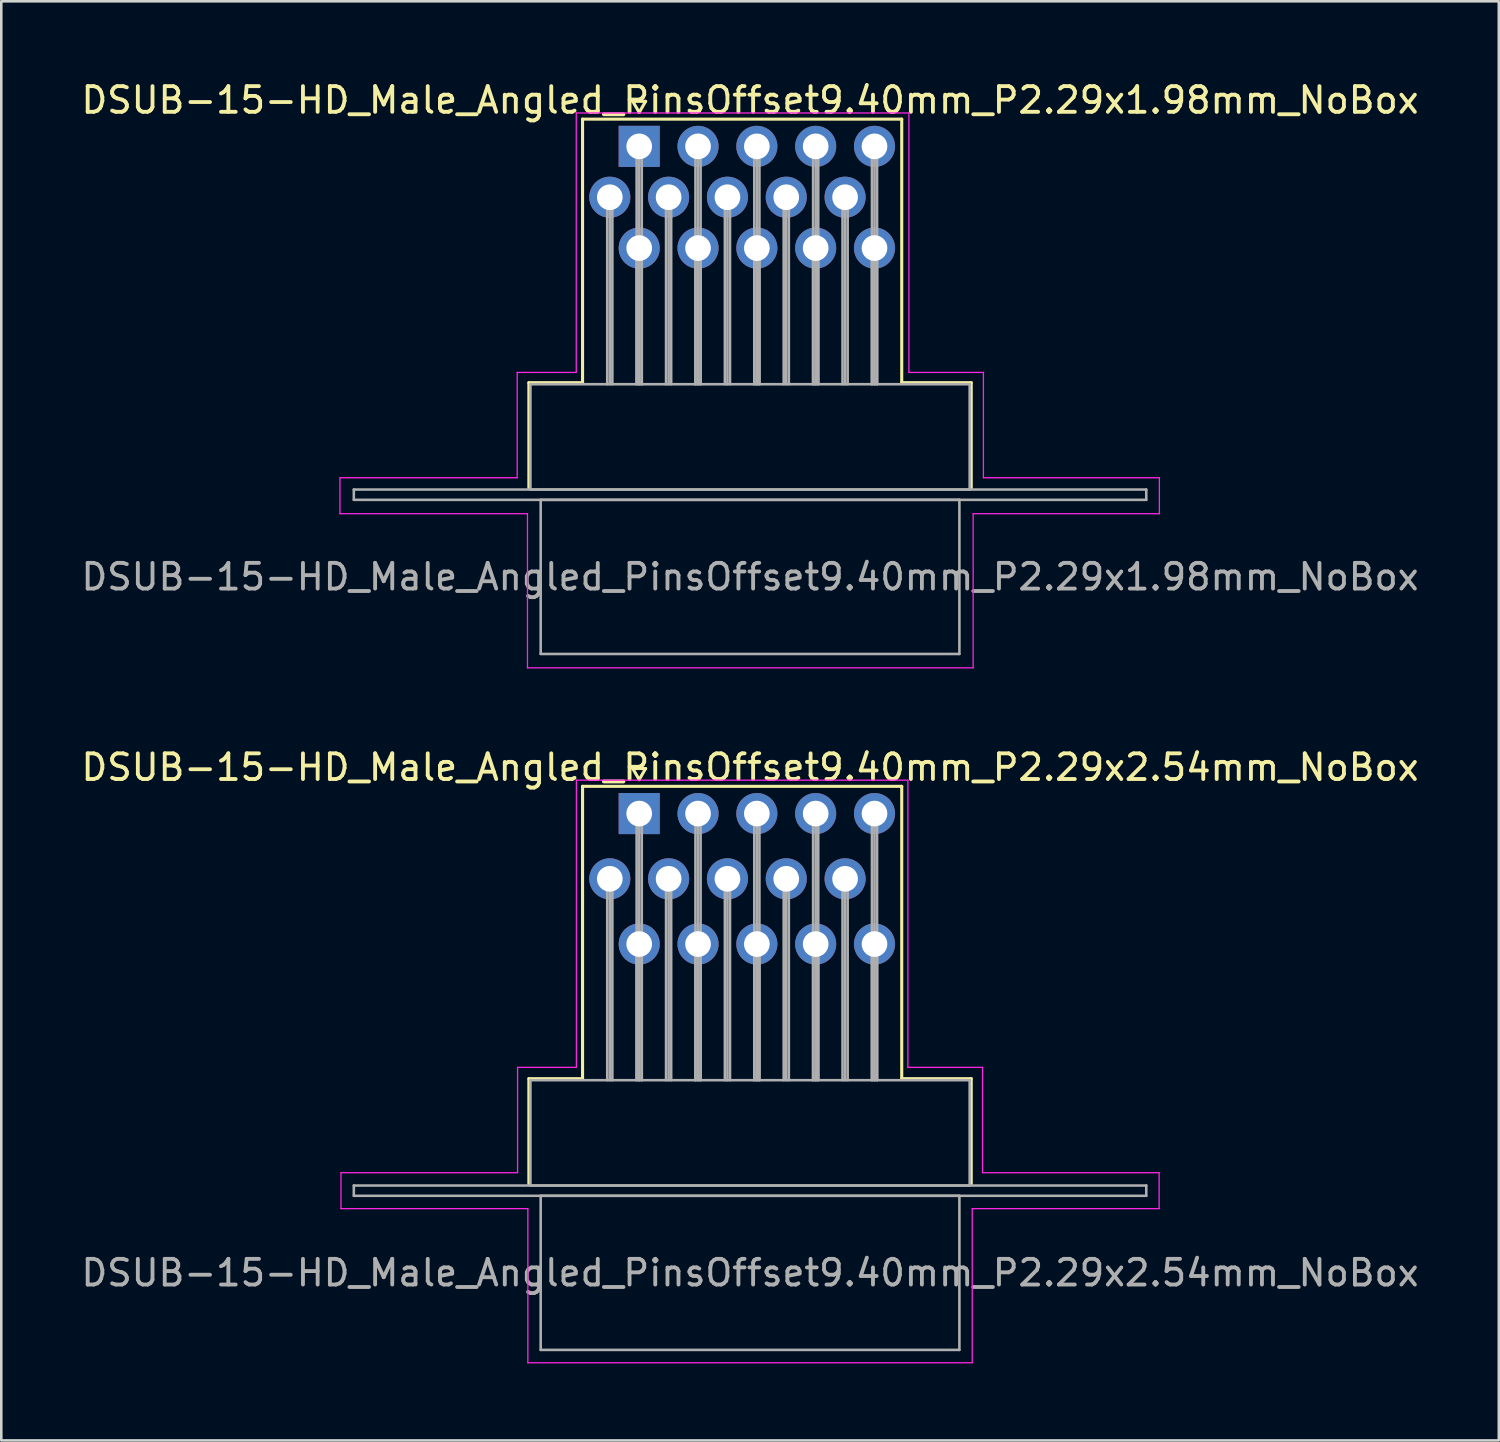
<source format=kicad_pcb>
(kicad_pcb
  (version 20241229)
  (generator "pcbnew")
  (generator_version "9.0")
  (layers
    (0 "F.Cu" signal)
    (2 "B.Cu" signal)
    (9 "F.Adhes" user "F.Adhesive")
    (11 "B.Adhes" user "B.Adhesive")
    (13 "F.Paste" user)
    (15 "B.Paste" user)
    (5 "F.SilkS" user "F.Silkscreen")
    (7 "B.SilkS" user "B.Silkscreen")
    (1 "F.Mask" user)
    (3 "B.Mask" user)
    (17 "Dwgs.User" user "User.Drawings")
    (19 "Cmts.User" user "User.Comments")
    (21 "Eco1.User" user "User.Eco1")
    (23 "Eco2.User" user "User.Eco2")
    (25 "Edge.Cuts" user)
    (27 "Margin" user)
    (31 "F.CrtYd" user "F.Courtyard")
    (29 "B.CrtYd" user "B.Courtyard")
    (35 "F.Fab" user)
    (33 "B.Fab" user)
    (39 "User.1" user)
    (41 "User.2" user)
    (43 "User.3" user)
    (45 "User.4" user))
  (footprint "DSUB-15-HD_Male_Angled_PinsOffset9.40mm_P2.29x1.98mm_NoBox"
    (layer "F.Cu")
    (at 21.834 2.648)
    (property "Reference" "DSUB-15-HD_Male_Angled_PinsOffset9.40mm_P2.29x1.98mm_NoBox" (at 4.315 -1.8 0) (layer "F.SilkS") (effects (font (size 1 1) (thickness 0.15))))
    (attr through_hole)
    (fp_line (start -4.295 9.2) (end -2.205 9.2) (stroke (width 0.12) (type solid)) (layer "F.SilkS"))
    (fp_line (start -4.295 13.3) (end -4.295 9.2) (stroke (width 0.12) (type solid)) (layer "F.SilkS"))
    (fp_line (start -2.205 -1.06) (end 10.22 -1.06) (stroke (width 0.12) (type solid)) (layer "F.SilkS"))
    (fp_line (start -2.205 9.2) (end -2.205 -1.06) (stroke (width 0.12) (type solid)) (layer "F.SilkS"))
    (fp_line (start -0.25 -1.754) (end 0.25 -1.754) (stroke (width 0.12) (type solid)) (layer "F.SilkS"))
    (fp_line (start 0 -1.321) (end -0.25 -1.754) (stroke (width 0.12) (type solid)) (layer "F.SilkS"))
    (fp_line (start 0.25 -1.754) (end 0 -1.321) (stroke (width 0.12) (type solid)) (layer "F.SilkS"))
    (fp_line (start 10.22 -1.06) (end 10.22 9.2) (stroke (width 0.12) (type solid)) (layer "F.SilkS"))
    (fp_line (start 10.22 9.2) (end 12.925 9.2) (stroke (width 0.12) (type solid)) (layer "F.SilkS"))
    (fp_line (start 12.925 9.2) (end 12.925 13.3) (stroke (width 0.12) (type solid)) (layer "F.SilkS"))
    (fp_line (start -11.65 12.9) (end -4.75 12.9) (stroke (width 0.05) (type solid)) (layer "F.CrtYd"))
    (fp_line (start -11.65 14.3) (end -11.65 12.9) (stroke (width 0.05) (type solid)) (layer "F.CrtYd"))
    (fp_line (start -4.75 8.8) (end -2.45 8.8) (stroke (width 0.05) (type solid)) (layer "F.CrtYd"))
    (fp_line (start -4.75 12.9) (end -4.75 8.8) (stroke (width 0.05) (type solid)) (layer "F.CrtYd"))
    (fp_line (start -4.35 14.3) (end -11.65 14.3) (stroke (width 0.05) (type solid)) (layer "F.CrtYd"))
    (fp_line (start -4.35 20.3) (end -4.35 14.3) (stroke (width 0.05) (type solid)) (layer "F.CrtYd"))
    (fp_line (start -2.45 -1.3) (end 10.5 -1.3) (stroke (width 0.05) (type solid)) (layer "F.CrtYd"))
    (fp_line (start -2.45 8.8) (end -2.45 -1.3) (stroke (width 0.05) (type solid)) (layer "F.CrtYd"))
    (fp_line (start 10.5 -1.3) (end 10.5 8.8) (stroke (width 0.05) (type solid)) (layer "F.CrtYd"))
    (fp_line (start 10.5 8.8) (end 13.4 8.8) (stroke (width 0.05) (type solid)) (layer "F.CrtYd"))
    (fp_line (start 13 14.3) (end 13 20.3) (stroke (width 0.05) (type solid)) (layer "F.CrtYd"))
    (fp_line (start 13 20.3) (end -4.35 20.3) (stroke (width 0.05) (type solid)) (layer "F.CrtYd"))
    (fp_line (start 13.4 8.8) (end 13.4 12.9) (stroke (width 0.05) (type solid)) (layer "F.CrtYd"))
    (fp_line (start 13.4 12.9) (end 20.25 12.9) (stroke (width 0.05) (type solid)) (layer "F.CrtYd"))
    (fp_line (start 20.25 12.9) (end 20.25 14.3) (stroke (width 0.05) (type solid)) (layer "F.CrtYd"))
    (fp_line (start 20.25 14.3) (end 13 14.3) (stroke (width 0.05) (type solid)) (layer "F.CrtYd"))
    (fp_line (start -11.11 13.36) (end -11.11 13.76) (stroke (width 0.1) (type solid)) (layer "F.Fab"))
    (fp_line (start -11.11 13.76) (end 19.74 13.76) (stroke (width 0.1) (type solid)) (layer "F.Fab"))
    (fp_line (start -4.235 9.26) (end -4.235 13.36) (stroke (width 0.1) (type solid)) (layer "F.Fab"))
    (fp_line (start -4.235 13.36) (end 12.865 13.36) (stroke (width 0.1) (type solid)) (layer "F.Fab"))
    (fp_line (start -3.835 13.76) (end -3.835 19.76) (stroke (width 0.1) (type solid)) (layer "F.Fab"))
    (fp_line (start -3.835 19.76) (end 12.465 19.76) (stroke (width 0.1) (type solid)) (layer "F.Fab"))
    (fp_line (start -1.245 1.98) (end -1.245 9.26) (stroke (width 0.1) (type solid)) (layer "F.Fab"))
    (fp_line (start -1.145 1.98) (end -1.145 9.26) (stroke (width 0.1) (type solid)) (layer "F.Fab"))
    (fp_line (start -1.045 1.98) (end -1.045 9.26) (stroke (width 0.1) (type solid)) (layer "F.Fab"))
    (fp_line (start -0.1 0) (end -0.1 9.26) (stroke (width 0.1) (type solid)) (layer "F.Fab"))
    (fp_line (start -0.1 3.96) (end -0.1 9.26) (stroke (width 0.1) (type solid)) (layer "F.Fab"))
    (fp_line (start 0 0) (end 0 9.26) (stroke (width 0.1) (type solid)) (layer "F.Fab"))
    (fp_line (start 0 3.96) (end 0 9.26) (stroke (width 0.1) (type solid)) (layer "F.Fab"))
    (fp_line (start 0.1 0) (end 0.1 9.26) (stroke (width 0.1) (type solid)) (layer "F.Fab"))
    (fp_line (start 0.1 3.96) (end 0.1 9.26) (stroke (width 0.1) (type solid)) (layer "F.Fab"))
    (fp_line (start 1.045 1.98) (end 1.045 9.26) (stroke (width 0.1) (type solid)) (layer "F.Fab"))
    (fp_line (start 1.145 1.98) (end 1.145 9.26) (stroke (width 0.1) (type solid)) (layer "F.Fab"))
    (fp_line (start 1.245 1.98) (end 1.245 9.26) (stroke (width 0.1) (type solid)) (layer "F.Fab"))
    (fp_line (start 2.19 0) (end 2.19 9.26) (stroke (width 0.1) (type solid)) (layer "F.Fab"))
    (fp_line (start 2.19 3.96) (end 2.19 9.26) (stroke (width 0.1) (type solid)) (layer "F.Fab"))
    (fp_line (start 2.29 0) (end 2.29 9.26) (stroke (width 0.1) (type solid)) (layer "F.Fab"))
    (fp_line (start 2.29 3.96) (end 2.29 9.26) (stroke (width 0.1) (type solid)) (layer "F.Fab"))
    (fp_line (start 2.39 0) (end 2.39 9.26) (stroke (width 0.1) (type solid)) (layer "F.Fab"))
    (fp_line (start 2.39 3.96) (end 2.39 9.26) (stroke (width 0.1) (type solid)) (layer "F.Fab"))
    (fp_line (start 3.335 1.98) (end 3.335 9.26) (stroke (width 0.1) (type solid)) (layer "F.Fab"))
    (fp_line (start 3.435 1.98) (end 3.435 9.26) (stroke (width 0.1) (type solid)) (layer "F.Fab"))
    (fp_line (start 3.535 1.98) (end 3.535 9.26) (stroke (width 0.1) (type solid)) (layer "F.Fab"))
    (fp_line (start 4.48 0) (end 4.48 9.26) (stroke (width 0.1) (type solid)) (layer "F.Fab"))
    (fp_line (start 4.48 3.96) (end 4.48 9.26) (stroke (width 0.1) (type solid)) (layer "F.Fab"))
    (fp_line (start 4.58 0) (end 4.58 9.26) (stroke (width 0.1) (type solid)) (layer "F.Fab"))
    (fp_line (start 4.58 3.96) (end 4.58 9.26) (stroke (width 0.1) (type solid)) (layer "F.Fab"))
    (fp_line (start 4.68 0) (end 4.68 9.26) (stroke (width 0.1) (type solid)) (layer "F.Fab"))
    (fp_line (start 4.68 3.96) (end 4.68 9.26) (stroke (width 0.1) (type solid)) (layer "F.Fab"))
    (fp_line (start 5.625 1.98) (end 5.625 9.26) (stroke (width 0.1) (type solid)) (layer "F.Fab"))
    (fp_line (start 5.725 1.98) (end 5.725 9.26) (stroke (width 0.1) (type solid)) (layer "F.Fab"))
    (fp_line (start 5.825 1.98) (end 5.825 9.26) (stroke (width 0.1) (type solid)) (layer "F.Fab"))
    (fp_line (start 6.77 0) (end 6.77 9.26) (stroke (width 0.1) (type solid)) (layer "F.Fab"))
    (fp_line (start 6.77 3.96) (end 6.77 9.26) (stroke (width 0.1) (type solid)) (layer "F.Fab"))
    (fp_line (start 6.87 0) (end 6.87 9.26) (stroke (width 0.1) (type solid)) (layer "F.Fab"))
    (fp_line (start 6.87 3.96) (end 6.87 9.26) (stroke (width 0.1) (type solid)) (layer "F.Fab"))
    (fp_line (start 6.97 0) (end 6.97 9.26) (stroke (width 0.1) (type solid)) (layer "F.Fab"))
    (fp_line (start 6.97 3.96) (end 6.97 9.26) (stroke (width 0.1) (type solid)) (layer "F.Fab"))
    (fp_line (start 7.915 1.98) (end 7.915 9.26) (stroke (width 0.1) (type solid)) (layer "F.Fab"))
    (fp_line (start 8.015 1.98) (end 8.015 9.26) (stroke (width 0.1) (type solid)) (layer "F.Fab"))
    (fp_line (start 8.115 1.98) (end 8.115 9.26) (stroke (width 0.1) (type solid)) (layer "F.Fab"))
    (fp_line (start 9.06 0) (end 9.06 9.26) (stroke (width 0.1) (type solid)) (layer "F.Fab"))
    (fp_line (start 9.06 3.96) (end 9.06 9.26) (stroke (width 0.1) (type solid)) (layer "F.Fab"))
    (fp_line (start 9.16 0) (end 9.16 9.26) (stroke (width 0.1) (type solid)) (layer "F.Fab"))
    (fp_line (start 9.16 3.96) (end 9.16 9.26) (stroke (width 0.1) (type solid)) (layer "F.Fab"))
    (fp_line (start 9.26 0) (end 9.26 9.26) (stroke (width 0.1) (type solid)) (layer "F.Fab"))
    (fp_line (start 9.26 3.96) (end 9.26 9.26) (stroke (width 0.1) (type solid)) (layer "F.Fab"))
    (fp_line (start 12.465 13.76) (end -3.835 13.76) (stroke (width 0.1) (type solid)) (layer "F.Fab"))
    (fp_line (start 12.465 19.76) (end 12.465 13.76) (stroke (width 0.1) (type solid)) (layer "F.Fab"))
    (fp_line (start 12.865 9.26) (end -4.235 9.26) (stroke (width 0.1) (type solid)) (layer "F.Fab"))
    (fp_line (start 12.865 13.36) (end 12.865 9.26) (stroke (width 0.1) (type solid)) (layer "F.Fab"))
    (fp_line (start 19.74 13.36) (end -11.11 13.36) (stroke (width 0.1) (type solid)) (layer "F.Fab"))
    (fp_line (start 19.74 13.76) (end 19.74 13.36) (stroke (width 0.1) (type solid)) (layer "F.Fab"))
    (fp_text user "${REFERENCE}" (at 4.315 16.76 0) (layer "F.Fab") (effects (font (size 1 1) (thickness 0.15))))
    (pad "1" thru_hole rect (at 0 0) (size 1.6 1.6) (drill 1) (layers "*.Cu" "*.Mask"))
    (pad "2" thru_hole circle (at 2.29 0) (size 1.6 1.6) (drill 1) (layers "*.Cu" "*.Mask"))
    (pad "3" thru_hole circle (at 4.58 0) (size 1.6 1.6) (drill 1) (layers "*.Cu" "*.Mask"))
    (pad "4" thru_hole circle (at 6.87 0) (size 1.6 1.6) (drill 1) (layers "*.Cu" "*.Mask"))
    (pad "5" thru_hole circle (at 9.16 0) (size 1.6 1.6) (drill 1) (layers "*.Cu" "*.Mask"))
    (pad "6" thru_hole circle (at -1.145 1.98) (size 1.6 1.6) (drill 1) (layers "*.Cu" "*.Mask"))
    (pad "7" thru_hole circle (at 1.145 1.98) (size 1.6 1.6) (drill 1) (layers "*.Cu" "*.Mask"))
    (pad "8" thru_hole circle (at 3.435 1.98) (size 1.6 1.6) (drill 1) (layers "*.Cu" "*.Mask"))
    (pad "9" thru_hole circle (at 5.725 1.98) (size 1.6 1.6) (drill 1) (layers "*.Cu" "*.Mask"))
    (pad "10" thru_hole circle (at 8.015 1.98) (size 1.6 1.6) (drill 1) (layers "*.Cu" "*.Mask"))
    (pad "11" thru_hole circle (at 0 3.96) (size 1.6 1.6) (drill 1) (layers "*.Cu" "*.Mask"))
    (pad "12" thru_hole circle (at 2.29 3.96) (size 1.6 1.6) (drill 1) (layers "*.Cu" "*.Mask"))
    (pad "13" thru_hole circle (at 4.58 3.96) (size 1.6 1.6) (drill 1) (layers "*.Cu" "*.Mask"))
    (pad "14" thru_hole circle (at 6.87 3.96) (size 1.6 1.6) (drill 1) (layers "*.Cu" "*.Mask"))
    (pad "15" thru_hole circle (at 9.16 3.96) (size 1.6 1.6) (drill 1) (layers "*.Cu" "*.Mask")))
  (footprint "DSUB-15-HD_Male_Angled_PinsOffset9.40mm_P2.29x2.54mm_NoBox"
    (layer "F.Cu")
    (at 21.834 28.622)
    (property "Reference" "DSUB-15-HD_Male_Angled_PinsOffset9.40mm_P2.29x2.54mm_NoBox" (at 4.315 -1.8 0) (layer "F.SilkS") (effects (font (size 1 1) (thickness 0.15))))
    (attr through_hole)
    (fp_line (start -4.295 10.32) (end -2.205 10.32) (stroke (width 0.12) (type solid)) (layer "F.SilkS"))
    (fp_line (start -4.295 14.42) (end -4.295 10.32) (stroke (width 0.12) (type solid)) (layer "F.SilkS"))
    (fp_line (start -2.205 -1.06) (end 10.22 -1.06) (stroke (width 0.12) (type solid)) (layer "F.SilkS"))
    (fp_line (start -2.205 10.32) (end -2.205 -1.06) (stroke (width 0.12) (type solid)) (layer "F.SilkS"))
    (fp_line (start -0.25 -1.754) (end 0.25 -1.754) (stroke (width 0.12) (type solid)) (layer "F.SilkS"))
    (fp_line (start 0 -1.321) (end -0.25 -1.754) (stroke (width 0.12) (type solid)) (layer "F.SilkS"))
    (fp_line (start 0.25 -1.754) (end 0 -1.321) (stroke (width 0.12) (type solid)) (layer "F.SilkS"))
    (fp_line (start 10.22 -1.06) (end 10.22 10.32) (stroke (width 0.12) (type solid)) (layer "F.SilkS"))
    (fp_line (start 10.22 10.32) (end 12.925 10.32) (stroke (width 0.12) (type solid)) (layer "F.SilkS"))
    (fp_line (start 12.925 10.32) (end 12.925 14.42) (stroke (width 0.12) (type solid)) (layer "F.SilkS"))
    (fp_line (start -11.61 13.98) (end -4.735 13.98) (stroke (width 0.05) (type solid)) (layer "F.CrtYd"))
    (fp_line (start -11.61 15.38) (end -11.61 13.98) (stroke (width 0.05) (type solid)) (layer "F.CrtYd"))
    (fp_line (start -4.735 9.88) (end -2.445 9.88) (stroke (width 0.05) (type solid)) (layer "F.CrtYd"))
    (fp_line (start -4.735 13.98) (end -4.735 9.88) (stroke (width 0.05) (type solid)) (layer "F.CrtYd"))
    (fp_line (start -4.335 15.38) (end -11.61 15.38) (stroke (width 0.05) (type solid)) (layer "F.CrtYd"))
    (fp_line (start -4.335 21.38) (end -4.335 15.38) (stroke (width 0.05) (type solid)) (layer "F.CrtYd"))
    (fp_line (start -2.445 -1.3) (end 10.46 -1.3) (stroke (width 0.05) (type solid)) (layer "F.CrtYd"))
    (fp_line (start -2.445 9.88) (end -2.445 -1.3) (stroke (width 0.05) (type solid)) (layer "F.CrtYd"))
    (fp_line (start 10.46 -1.3) (end 10.46 9.88) (stroke (width 0.05) (type solid)) (layer "F.CrtYd"))
    (fp_line (start 10.46 9.88) (end 13.365 9.88) (stroke (width 0.05) (type solid)) (layer "F.CrtYd"))
    (fp_line (start 12.965 15.38) (end 12.965 21.38) (stroke (width 0.05) (type solid)) (layer "F.CrtYd"))
    (fp_line (start 12.965 21.38) (end -4.335 21.38) (stroke (width 0.05) (type solid)) (layer "F.CrtYd"))
    (fp_line (start 13.365 9.88) (end 13.365 13.98) (stroke (width 0.05) (type solid)) (layer "F.CrtYd"))
    (fp_line (start 13.365 13.98) (end 20.24 13.98) (stroke (width 0.05) (type solid)) (layer "F.CrtYd"))
    (fp_line (start 20.24 13.98) (end 20.24 15.38) (stroke (width 0.05) (type solid)) (layer "F.CrtYd"))
    (fp_line (start 20.24 15.38) (end 12.965 15.38) (stroke (width 0.05) (type solid)) (layer "F.CrtYd"))
    (fp_line (start -11.11 14.48) (end -11.11 14.88) (stroke (width 0.1) (type solid)) (layer "F.Fab"))
    (fp_line (start -11.11 14.88) (end 19.74 14.88) (stroke (width 0.1) (type solid)) (layer "F.Fab"))
    (fp_line (start -4.235 10.38) (end -4.235 14.48) (stroke (width 0.1) (type solid)) (layer "F.Fab"))
    (fp_line (start -4.235 14.48) (end 12.865 14.48) (stroke (width 0.1) (type solid)) (layer "F.Fab"))
    (fp_line (start -3.835 14.88) (end -3.835 20.88) (stroke (width 0.1) (type solid)) (layer "F.Fab"))
    (fp_line (start -3.835 20.88) (end 12.465 20.88) (stroke (width 0.1) (type solid)) (layer "F.Fab"))
    (fp_line (start -1.245 2.54) (end -1.245 10.38) (stroke (width 0.1) (type solid)) (layer "F.Fab"))
    (fp_line (start -1.145 2.54) (end -1.145 10.38) (stroke (width 0.1) (type solid)) (layer "F.Fab"))
    (fp_line (start -1.045 2.54) (end -1.045 10.38) (stroke (width 0.1) (type solid)) (layer "F.Fab"))
    (fp_line (start -0.1 0) (end -0.1 10.38) (stroke (width 0.1) (type solid)) (layer "F.Fab"))
    (fp_line (start -0.1 5.08) (end -0.1 10.38) (stroke (width 0.1) (type solid)) (layer "F.Fab"))
    (fp_line (start 0 0) (end 0 10.38) (stroke (width 0.1) (type solid)) (layer "F.Fab"))
    (fp_line (start 0 5.08) (end 0 10.38) (stroke (width 0.1) (type solid)) (layer "F.Fab"))
    (fp_line (start 0.1 0) (end 0.1 10.38) (stroke (width 0.1) (type solid)) (layer "F.Fab"))
    (fp_line (start 0.1 5.08) (end 0.1 10.38) (stroke (width 0.1) (type solid)) (layer "F.Fab"))
    (fp_line (start 1.045 2.54) (end 1.045 10.38) (stroke (width 0.1) (type solid)) (layer "F.Fab"))
    (fp_line (start 1.145 2.54) (end 1.145 10.38) (stroke (width 0.1) (type solid)) (layer "F.Fab"))
    (fp_line (start 1.245 2.54) (end 1.245 10.38) (stroke (width 0.1) (type solid)) (layer "F.Fab"))
    (fp_line (start 2.19 0) (end 2.19 10.38) (stroke (width 0.1) (type solid)) (layer "F.Fab"))
    (fp_line (start 2.19 5.08) (end 2.19 10.38) (stroke (width 0.1) (type solid)) (layer "F.Fab"))
    (fp_line (start 2.29 0) (end 2.29 10.38) (stroke (width 0.1) (type solid)) (layer "F.Fab"))
    (fp_line (start 2.29 5.08) (end 2.29 10.38) (stroke (width 0.1) (type solid)) (layer "F.Fab"))
    (fp_line (start 2.39 0) (end 2.39 10.38) (stroke (width 0.1) (type solid)) (layer "F.Fab"))
    (fp_line (start 2.39 5.08) (end 2.39 10.38) (stroke (width 0.1) (type solid)) (layer "F.Fab"))
    (fp_line (start 3.335 2.54) (end 3.335 10.38) (stroke (width 0.1) (type solid)) (layer "F.Fab"))
    (fp_line (start 3.435 2.54) (end 3.435 10.38) (stroke (width 0.1) (type solid)) (layer "F.Fab"))
    (fp_line (start 3.535 2.54) (end 3.535 10.38) (stroke (width 0.1) (type solid)) (layer "F.Fab"))
    (fp_line (start 4.48 0) (end 4.48 10.38) (stroke (width 0.1) (type solid)) (layer "F.Fab"))
    (fp_line (start 4.48 5.08) (end 4.48 10.38) (stroke (width 0.1) (type solid)) (layer "F.Fab"))
    (fp_line (start 4.58 0) (end 4.58 10.38) (stroke (width 0.1) (type solid)) (layer "F.Fab"))
    (fp_line (start 4.58 5.08) (end 4.58 10.38) (stroke (width 0.1) (type solid)) (layer "F.Fab"))
    (fp_line (start 4.68 0) (end 4.68 10.38) (stroke (width 0.1) (type solid)) (layer "F.Fab"))
    (fp_line (start 4.68 5.08) (end 4.68 10.38) (stroke (width 0.1) (type solid)) (layer "F.Fab"))
    (fp_line (start 5.625 2.54) (end 5.625 10.38) (stroke (width 0.1) (type solid)) (layer "F.Fab"))
    (fp_line (start 5.725 2.54) (end 5.725 10.38) (stroke (width 0.1) (type solid)) (layer "F.Fab"))
    (fp_line (start 5.825 2.54) (end 5.825 10.38) (stroke (width 0.1) (type solid)) (layer "F.Fab"))
    (fp_line (start 6.77 0) (end 6.77 10.38) (stroke (width 0.1) (type solid)) (layer "F.Fab"))
    (fp_line (start 6.77 5.08) (end 6.77 10.38) (stroke (width 0.1) (type solid)) (layer "F.Fab"))
    (fp_line (start 6.87 0) (end 6.87 10.38) (stroke (width 0.1) (type solid)) (layer "F.Fab"))
    (fp_line (start 6.87 5.08) (end 6.87 10.38) (stroke (width 0.1) (type solid)) (layer "F.Fab"))
    (fp_line (start 6.97 0) (end 6.97 10.38) (stroke (width 0.1) (type solid)) (layer "F.Fab"))
    (fp_line (start 6.97 5.08) (end 6.97 10.38) (stroke (width 0.1) (type solid)) (layer "F.Fab"))
    (fp_line (start 7.915 2.54) (end 7.915 10.38) (stroke (width 0.1) (type solid)) (layer "F.Fab"))
    (fp_line (start 8.015 2.54) (end 8.015 10.38) (stroke (width 0.1) (type solid)) (layer "F.Fab"))
    (fp_line (start 8.115 2.54) (end 8.115 10.38) (stroke (width 0.1) (type solid)) (layer "F.Fab"))
    (fp_line (start 9.06 0) (end 9.06 10.38) (stroke (width 0.1) (type solid)) (layer "F.Fab"))
    (fp_line (start 9.06 5.08) (end 9.06 10.38) (stroke (width 0.1) (type solid)) (layer "F.Fab"))
    (fp_line (start 9.16 0) (end 9.16 10.38) (stroke (width 0.1) (type solid)) (layer "F.Fab"))
    (fp_line (start 9.16 5.08) (end 9.16 10.38) (stroke (width 0.1) (type solid)) (layer "F.Fab"))
    (fp_line (start 9.26 0) (end 9.26 10.38) (stroke (width 0.1) (type solid)) (layer "F.Fab"))
    (fp_line (start 9.26 5.08) (end 9.26 10.38) (stroke (width 0.1) (type solid)) (layer "F.Fab"))
    (fp_line (start 12.465 14.88) (end -3.835 14.88) (stroke (width 0.1) (type solid)) (layer "F.Fab"))
    (fp_line (start 12.465 20.88) (end 12.465 14.88) (stroke (width 0.1) (type solid)) (layer "F.Fab"))
    (fp_line (start 12.865 10.38) (end -4.235 10.38) (stroke (width 0.1) (type solid)) (layer "F.Fab"))
    (fp_line (start 12.865 14.48) (end 12.865 10.38) (stroke (width 0.1) (type solid)) (layer "F.Fab"))
    (fp_line (start 19.74 14.48) (end -11.11 14.48) (stroke (width 0.1) (type solid)) (layer "F.Fab"))
    (fp_line (start 19.74 14.88) (end 19.74 14.48) (stroke (width 0.1) (type solid)) (layer "F.Fab"))
    (fp_text user "${REFERENCE}" (at 4.315 17.88 0) (layer "F.Fab") (effects (font (size 1 1) (thickness 0.15))))
    (pad "1" thru_hole rect (at 0 0) (size 1.6 1.6) (drill 1) (layers "*.Cu" "*.Mask"))
    (pad "2" thru_hole circle (at 2.29 0) (size 1.6 1.6) (drill 1) (layers "*.Cu" "*.Mask"))
    (pad "3" thru_hole circle (at 4.58 0) (size 1.6 1.6) (drill 1) (layers "*.Cu" "*.Mask"))
    (pad "4" thru_hole circle (at 6.87 0) (size 1.6 1.6) (drill 1) (layers "*.Cu" "*.Mask"))
    (pad "5" thru_hole circle (at 9.16 0) (size 1.6 1.6) (drill 1) (layers "*.Cu" "*.Mask"))
    (pad "6" thru_hole circle (at -1.145 2.54) (size 1.6 1.6) (drill 1) (layers "*.Cu" "*.Mask"))
    (pad "7" thru_hole circle (at 1.145 2.54) (size 1.6 1.6) (drill 1) (layers "*.Cu" "*.Mask"))
    (pad "8" thru_hole circle (at 3.435 2.54) (size 1.6 1.6) (drill 1) (layers "*.Cu" "*.Mask"))
    (pad "9" thru_hole circle (at 5.725 2.54) (size 1.6 1.6) (drill 1) (layers "*.Cu" "*.Mask"))
    (pad "10" thru_hole circle (at 8.015 2.54) (size 1.6 1.6) (drill 1) (layers "*.Cu" "*.Mask"))
    (pad "11" thru_hole circle (at 0 5.08) (size 1.6 1.6) (drill 1) (layers "*.Cu" "*.Mask"))
    (pad "12" thru_hole circle (at 2.29 5.08) (size 1.6 1.6) (drill 1) (layers "*.Cu" "*.Mask"))
    (pad "13" thru_hole circle (at 4.58 5.08) (size 1.6 1.6) (drill 1) (layers "*.Cu" "*.Mask"))
    (pad "14" thru_hole circle (at 6.87 5.08) (size 1.6 1.6) (drill 1) (layers "*.Cu" "*.Mask"))
    (pad "15" thru_hole circle (at 9.16 5.08) (size 1.6 1.6) (drill 1) (layers "*.Cu" "*.Mask")))
  (gr_rect
    (start -3 -3)
    (end 55.298 53.026)
    (stroke (width 0.1) (type default))
    (fill no)
    (layer "Edge.Cuts")))
</source>
